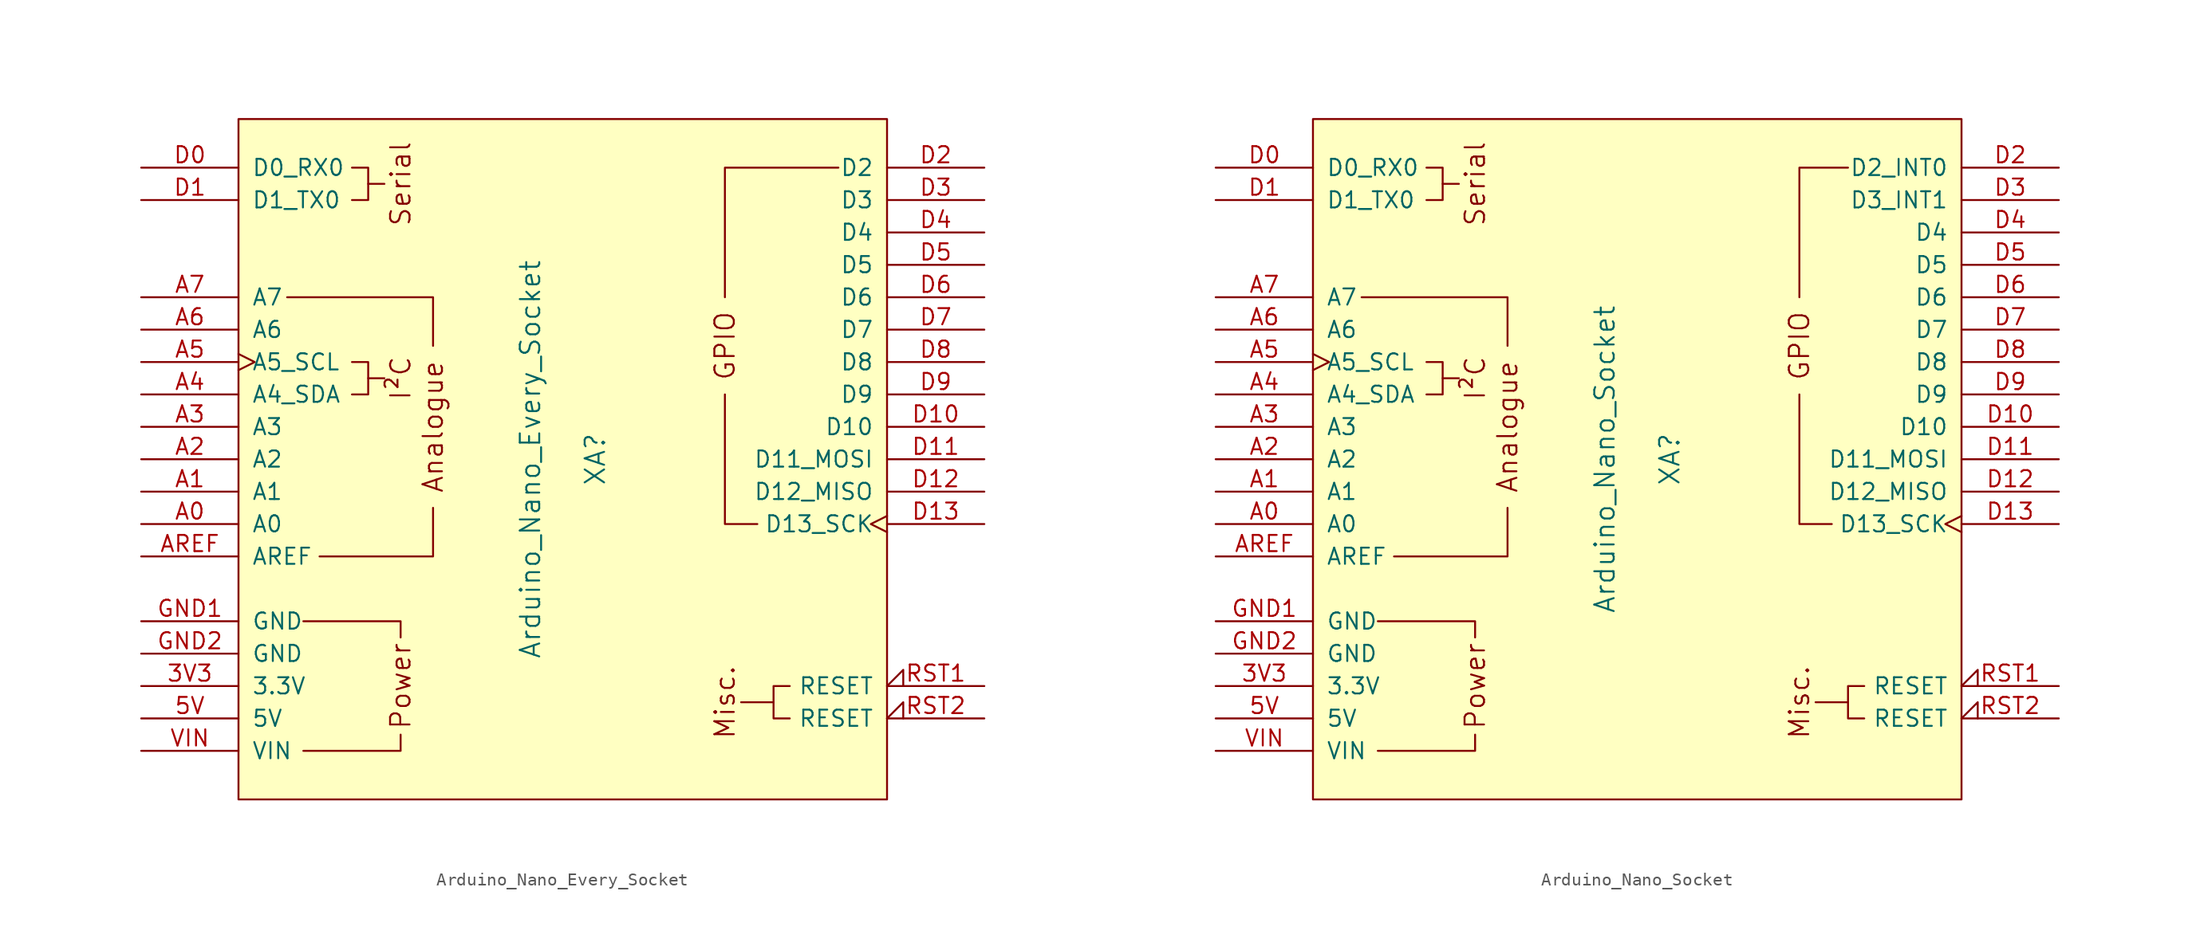
<source format=kicad_sym>
(kicad_symbol_lib
  (version 20211014)
  (generator kicad_symbol_editor)
  (symbol "Arduino_Nano_Every_Socket"
    (pin_names
      (offset 1.016))
    (property "Reference" "XA"
      (at 2.54 0 90)
      (effects (font (size 1.524 1.524))))
    (property "Value" "Arduino_Nano_Every_Socket"
      (at -2.54 0 90)
      (effects (font (size 1.524 1.524))))
    (symbol "Arduino_Nano_Every_Socket_0_0"
      (rectangle (start -25.4 26.67) (end 25.4 -26.67) (stroke (width 0) (type default) (color 0 0 0 0)) (fill (type background)))
      (polyline (pts (xy -15.24 6.35) (xy -13.97 6.35)) (stroke (width 0) (type default) (color 0 0 0 0)) (fill (type none)))
      (polyline (pts (xy -15.24 21.59) (xy -13.97 21.59)) (stroke (width 0) (type default) (color 0 0 0 0)) (fill (type none)))
      (polyline (pts (xy 16.51 -19.05) (xy 13.97 -19.05)) (stroke (width 0) (type default) (color 0 0 0 0)) (fill (type none)))
      (polyline (pts (xy -20.32 -22.86) (xy -12.7 -22.86) (xy -12.7 -21.59)) (stroke (width 0) (type default) (color 0 0 0 0)) (fill (type none)))
      (polyline (pts (xy -12.7 -13.97) (xy -12.7 -12.7) (xy -20.32 -12.7)) (stroke (width 0) (type default) (color 0 0 0 0)) (fill (type none)))
      (polyline (pts (xy -16.51 7.62) (xy -15.24 7.62) (xy -15.24 5.08) (xy -16.51 5.08)) (stroke (width 0) (type default) (color 0 0 0 0)) (fill (type none)))
      (polyline (pts (xy -16.51 22.86) (xy -15.24 22.86) (xy -15.24 20.32) (xy -16.51 20.32)) (stroke (width 0) (type default) (color 0 0 0 0)) (fill (type none)))
      (text "Analogue" (at -10.16 2.54 900) (effects (font (size 1.524 1.524))))
      (text "I²C" (at -12.7 6.35 900) (effects (font (size 1.524 1.524))))
      (text "Misc." (at 12.7 -19.05 900) (effects (font (size 1.524 1.524))))
      (text "Power" (at -12.7 -17.78 900) (effects (font (size 1.524 1.524))))
      (text "Serial" (at -12.7 21.59 900) (effects (font (size 1.524 1.524)))))
    (symbol "Arduino_Nano_Every_Socket_0_1"
      (polyline (pts (xy -21.59 12.7) (xy -10.16 12.7) (xy -10.16 8.89)) (stroke (width 0) (type default) (color 0 0 0 0)) (fill (type none)))
      (polyline (pts (xy -19.05 -7.62) (xy -10.16 -7.62) (xy -10.16 -3.81)) (stroke (width 0) (type default) (color 0 0 0 0)) (fill (type none)))
      (polyline (pts (xy 15.24 -5.08) (xy 12.7 -5.08) (xy 12.7 5.08)) (stroke (width 0) (type default) (color 0 0 0 0)) (fill (type none)))
      (polyline (pts (xy 21.59 22.86) (xy 12.7 22.86) (xy 12.7 12.7)) (stroke (width 0) (type default) (color 0 0 0 0)) (fill (type none)))
      (polyline (pts (xy 17.78 -17.78) (xy 16.51 -17.78) (xy 16.51 -20.32) (xy 17.78 -20.32)) (stroke (width 0) (type default) (color 0 0 0 0)) (fill (type none))))
    (symbol "Arduino_Nano_Every_Socket_1_0"
      (text "GPIO" (at 12.7 8.89 900) (effects (font (size 1.524 1.524)))))
    (symbol "Arduino_Nano_Every_Socket_1_1"
      (pin power_out line (at -33.02 -17.78 0) (length 7.62) (name "3.3V" (effects (font (size 1.27 1.27)))) (number "3V3" (effects (font (size 1.27 1.27)))))
      (pin power_in line (at -33.02 -20.32 0) (length 7.62) (name "5V" (effects (font (size 1.27 1.27)))) (number "5V" (effects (font (size 1.27 1.27)))))
      (pin bidirectional line (at -33.02 -5.08 0) (length 7.62) (name "A0" (effects (font (size 1.27 1.27)))) (number "A0" (effects (font (size 1.27 1.27)))))
      (pin bidirectional line (at -33.02 -2.54 0) (length 7.62) (name "A1" (effects (font (size 1.27 1.27)))) (number "A1" (effects (font (size 1.27 1.27)))))
      (pin bidirectional line (at -33.02 0 0) (length 7.62) (name "A2" (effects (font (size 1.27 1.27)))) (number "A2" (effects (font (size 1.27 1.27)))))
      (pin bidirectional line (at -33.02 2.54 0) (length 7.62) (name "A3" (effects (font (size 1.27 1.27)))) (number "A3" (effects (font (size 1.27 1.27)))))
      (pin bidirectional line (at -33.02 5.08 0) (length 7.62) (name "A4_SDA" (effects (font (size 1.27 1.27)))) (number "A4" (effects (font (size 1.27 1.27)))))
      (pin bidirectional clock (at -33.02 7.62 0) (length 7.62) (name "A5_SCL" (effects (font (size 1.27 1.27)))) (number "A5" (effects (font (size 1.27 1.27)))))
      (pin input line (at -33.02 10.16 0) (length 7.62) (name "A6" (effects (font (size 1.27 1.27)))) (number "A6" (effects (font (size 1.27 1.27)))))
      (pin input line (at -33.02 12.7 0) (length 7.62) (name "A7" (effects (font (size 1.27 1.27)))) (number "A7" (effects (font (size 1.27 1.27)))))
      (pin input line (at -33.02 -7.62 0) (length 7.62) (name "AREF" (effects (font (size 1.27 1.27)))) (number "AREF" (effects (font (size 1.27 1.27)))))
      (pin bidirectional line (at -33.02 22.86 0) (length 7.62) (name "D0_RX0" (effects (font (size 1.27 1.27)))) (number "D0" (effects (font (size 1.27 1.27)))))
      (pin bidirectional line (at -33.02 20.32 0) (length 7.62) (name "D1_TX0" (effects (font (size 1.27 1.27)))) (number "D1" (effects (font (size 1.27 1.27)))))
      (pin bidirectional line (at 33.02 2.54 180) (length 7.62) (name "D10" (effects (font (size 1.27 1.27)))) (number "D10" (effects (font (size 1.27 1.27)))))
      (pin bidirectional line (at 33.02 0 180) (length 7.62) (name "D11_MOSI" (effects (font (size 1.27 1.27)))) (number "D11" (effects (font (size 1.27 1.27)))))
      (pin bidirectional line (at 33.02 -2.54 180) (length 7.62) (name "D12_MISO" (effects (font (size 1.27 1.27)))) (number "D12" (effects (font (size 1.27 1.27)))))
      (pin bidirectional clock (at 33.02 -5.08 180) (length 7.62) (name "D13_SCK" (effects (font (size 1.27 1.27)))) (number "D13" (effects (font (size 1.27 1.27)))))
      (pin bidirectional line (at 33.02 22.86 180) (length 7.62) (name "D2" (effects (font (size 1.27 1.27)))) (number "D2" (effects (font (size 1.27 1.27)))))
      (pin bidirectional line (at 33.02 20.32 180) (length 7.62) (name "D3" (effects (font (size 1.27 1.27)))) (number "D3" (effects (font (size 1.27 1.27)))))
      (pin bidirectional line (at 33.02 17.78 180) (length 7.62) (name "D4" (effects (font (size 1.27 1.27)))) (number "D4" (effects (font (size 1.27 1.27)))))
      (pin bidirectional line (at 33.02 15.24 180) (length 7.62) (name "D5" (effects (font (size 1.27 1.27)))) (number "D5" (effects (font (size 1.27 1.27)))))
      (pin bidirectional line (at 33.02 12.7 180) (length 7.62) (name "D6" (effects (font (size 1.27 1.27)))) (number "D6" (effects (font (size 1.27 1.27)))))
      (pin bidirectional line (at 33.02 10.16 180) (length 7.62) (name "D7" (effects (font (size 1.27 1.27)))) (number "D7" (effects (font (size 1.27 1.27)))))
      (pin bidirectional line (at 33.02 7.62 180) (length 7.62) (name "D8" (effects (font (size 1.27 1.27)))) (number "D8" (effects (font (size 1.27 1.27)))))
      (pin bidirectional line (at 33.02 5.08 180) (length 7.62) (name "D9" (effects (font (size 1.27 1.27)))) (number "D9" (effects (font (size 1.27 1.27)))))
      (pin power_in line (at -33.02 -12.7 0) (length 7.62) (name "GND" (effects (font (size 1.27 1.27)))) (number "GND1" (effects (font (size 1.27 1.27)))))
      (pin power_in line (at -33.02 -15.24 0) (length 7.62) (name "GND" (effects (font (size 1.27 1.27)))) (number "GND2" (effects (font (size 1.27 1.27)))))
      (pin open_collector input_low (at 33.02 -17.78 180) (length 7.62) (name "RESET" (effects (font (size 1.27 1.27)))) (number "RST1" (effects (font (size 1.27 1.27)))))
      (pin open_collector input_low (at 33.02 -20.32 180) (length 7.62) (name "RESET" (effects (font (size 1.27 1.27)))) (number "RST2" (effects (font (size 1.27 1.27)))))
      (pin power_in line (at -33.02 -22.86 0) (length 7.62) (name "VIN" (effects (font (size 1.27 1.27)))) (number "VIN" (effects (font (size 1.27 1.27)))))))
  (symbol "Arduino_Nano_Socket"
    (pin_names
      (offset 1.016))
    (property "Reference" "XA"
      (at 2.54 0 90)
      (effects (font (size 1.524 1.524))))
    (property "Value" "Arduino_Nano_Socket"
      (at -2.54 0 90)
      (effects (font (size 1.524 1.524))))
    (symbol "Arduino_Nano_Socket_0_0"
      (rectangle (start -25.4 26.67) (end 25.4 -26.67) (stroke (width 0) (type default) (color 0 0 0 0)) (fill (type background)))
      (polyline (pts (xy -15.24 6.35) (xy -13.97 6.35)) (stroke (width 0) (type default) (color 0 0 0 0)) (fill (type none)))
      (polyline (pts (xy -15.24 21.59) (xy -13.97 21.59)) (stroke (width 0) (type default) (color 0 0 0 0)) (fill (type none)))
      (polyline (pts (xy 16.51 -19.05) (xy 13.97 -19.05)) (stroke (width 0) (type default) (color 0 0 0 0)) (fill (type none)))
      (polyline (pts (xy -20.32 -22.86) (xy -12.7 -22.86) (xy -12.7 -21.59)) (stroke (width 0) (type default) (color 0 0 0 0)) (fill (type none)))
      (polyline (pts (xy -12.7 -13.97) (xy -12.7 -12.7) (xy -20.32 -12.7)) (stroke (width 0) (type default) (color 0 0 0 0)) (fill (type none)))
      (polyline (pts (xy -16.51 7.62) (xy -15.24 7.62) (xy -15.24 5.08) (xy -16.51 5.08)) (stroke (width 0) (type default) (color 0 0 0 0)) (fill (type none)))
      (polyline (pts (xy -16.51 22.86) (xy -15.24 22.86) (xy -15.24 20.32) (xy -16.51 20.32)) (stroke (width 0) (type default) (color 0 0 0 0)) (fill (type none)))
      (text "Analogue" (at -10.16 2.54 900) (effects (font (size 1.524 1.524))))
      (text "I²C" (at -12.7 6.35 900) (effects (font (size 1.524 1.524))))
      (text "Misc." (at 12.7 -19.05 900) (effects (font (size 1.524 1.524))))
      (text "Power" (at -12.7 -17.78 900) (effects (font (size 1.524 1.524))))
      (text "Serial" (at -12.7 21.59 900) (effects (font (size 1.524 1.524)))))
    (symbol "Arduino_Nano_Socket_0_1"
      (polyline (pts (xy -21.59 12.7) (xy -10.16 12.7) (xy -10.16 8.89)) (stroke (width 0) (type default) (color 0 0 0 0)) (fill (type none)))
      (polyline (pts (xy -19.05 -7.62) (xy -10.16 -7.62) (xy -10.16 -3.81)) (stroke (width 0) (type default) (color 0 0 0 0)) (fill (type none)))
      (polyline (pts (xy 15.24 -5.08) (xy 12.7 -5.08) (xy 12.7 5.08)) (stroke (width 0) (type default) (color 0 0 0 0)) (fill (type none)))
      (polyline (pts (xy 16.51 22.86) (xy 12.7 22.86) (xy 12.7 12.7)) (stroke (width 0) (type default) (color 0 0 0 0)) (fill (type none)))
      (polyline (pts (xy 17.78 -17.78) (xy 16.51 -17.78) (xy 16.51 -20.32) (xy 17.78 -20.32)) (stroke (width 0) (type default) (color 0 0 0 0)) (fill (type none))))
    (symbol "Arduino_Nano_Socket_1_0"
      (text "GPIO" (at 12.7 8.89 900) (effects (font (size 1.524 1.524)))))
    (symbol "Arduino_Nano_Socket_1_1"
      (pin power_out line (at -33.02 -17.78 0) (length 7.62) (name "3.3V" (effects (font (size 1.27 1.27)))) (number "3V3" (effects (font (size 1.27 1.27)))))
      (pin power_in line (at -33.02 -20.32 0) (length 7.62) (name "5V" (effects (font (size 1.27 1.27)))) (number "5V" (effects (font (size 1.27 1.27)))))
      (pin bidirectional line (at -33.02 -5.08 0) (length 7.62) (name "A0" (effects (font (size 1.27 1.27)))) (number "A0" (effects (font (size 1.27 1.27)))))
      (pin bidirectional line (at -33.02 -2.54 0) (length 7.62) (name "A1" (effects (font (size 1.27 1.27)))) (number "A1" (effects (font (size 1.27 1.27)))))
      (pin bidirectional line (at -33.02 0 0) (length 7.62) (name "A2" (effects (font (size 1.27 1.27)))) (number "A2" (effects (font (size 1.27 1.27)))))
      (pin bidirectional line (at -33.02 2.54 0) (length 7.62) (name "A3" (effects (font (size 1.27 1.27)))) (number "A3" (effects (font (size 1.27 1.27)))))
      (pin bidirectional line (at -33.02 5.08 0) (length 7.62) (name "A4_SDA" (effects (font (size 1.27 1.27)))) (number "A4" (effects (font (size 1.27 1.27)))))
      (pin bidirectional clock (at -33.02 7.62 0) (length 7.62) (name "A5_SCL" (effects (font (size 1.27 1.27)))) (number "A5" (effects (font (size 1.27 1.27)))))
      (pin input line (at -33.02 10.16 0) (length 7.62) (name "A6" (effects (font (size 1.27 1.27)))) (number "A6" (effects (font (size 1.27 1.27)))))
      (pin input line (at -33.02 12.7 0) (length 7.62) (name "A7" (effects (font (size 1.27 1.27)))) (number "A7" (effects (font (size 1.27 1.27)))))
      (pin input line (at -33.02 -7.62 0) (length 7.62) (name "AREF" (effects (font (size 1.27 1.27)))) (number "AREF" (effects (font (size 1.27 1.27)))))
      (pin bidirectional line (at -33.02 22.86 0) (length 7.62) (name "D0_RX0" (effects (font (size 1.27 1.27)))) (number "D0" (effects (font (size 1.27 1.27)))))
      (pin bidirectional line (at -33.02 20.32 0) (length 7.62) (name "D1_TX0" (effects (font (size 1.27 1.27)))) (number "D1" (effects (font (size 1.27 1.27)))))
      (pin bidirectional line (at 33.02 2.54 180) (length 7.62) (name "D10" (effects (font (size 1.27 1.27)))) (number "D10" (effects (font (size 1.27 1.27)))))
      (pin bidirectional line (at 33.02 0 180) (length 7.62) (name "D11_MOSI" (effects (font (size 1.27 1.27)))) (number "D11" (effects (font (size 1.27 1.27)))))
      (pin bidirectional line (at 33.02 -2.54 180) (length 7.62) (name "D12_MISO" (effects (font (size 1.27 1.27)))) (number "D12" (effects (font (size 1.27 1.27)))))
      (pin bidirectional clock (at 33.02 -5.08 180) (length 7.62) (name "D13_SCK" (effects (font (size 1.27 1.27)))) (number "D13" (effects (font (size 1.27 1.27)))))
      (pin bidirectional line (at 33.02 22.86 180) (length 7.62) (name "D2_INT0" (effects (font (size 1.27 1.27)))) (number "D2" (effects (font (size 1.27 1.27)))))
      (pin bidirectional line (at 33.02 20.32 180) (length 7.62) (name "D3_INT1" (effects (font (size 1.27 1.27)))) (number "D3" (effects (font (size 1.27 1.27)))))
      (pin bidirectional line (at 33.02 17.78 180) (length 7.62) (name "D4" (effects (font (size 1.27 1.27)))) (number "D4" (effects (font (size 1.27 1.27)))))
      (pin bidirectional line (at 33.02 15.24 180) (length 7.62) (name "D5" (effects (font (size 1.27 1.27)))) (number "D5" (effects (font (size 1.27 1.27)))))
      (pin bidirectional line (at 33.02 12.7 180) (length 7.62) (name "D6" (effects (font (size 1.27 1.27)))) (number "D6" (effects (font (size 1.27 1.27)))))
      (pin bidirectional line (at 33.02 10.16 180) (length 7.62) (name "D7" (effects (font (size 1.27 1.27)))) (number "D7" (effects (font (size 1.27 1.27)))))
      (pin bidirectional line (at 33.02 7.62 180) (length 7.62) (name "D8" (effects (font (size 1.27 1.27)))) (number "D8" (effects (font (size 1.27 1.27)))))
      (pin bidirectional line (at 33.02 5.08 180) (length 7.62) (name "D9" (effects (font (size 1.27 1.27)))) (number "D9" (effects (font (size 1.27 1.27)))))
      (pin power_in line (at -33.02 -12.7 0) (length 7.62) (name "GND" (effects (font (size 1.27 1.27)))) (number "GND1" (effects (font (size 1.27 1.27)))))
      (pin power_in line (at -33.02 -15.24 0) (length 7.62) (name "GND" (effects (font (size 1.27 1.27)))) (number "GND2" (effects (font (size 1.27 1.27)))))
      (pin open_collector input_low (at 33.02 -17.78 180) (length 7.62) (name "RESET" (effects (font (size 1.27 1.27)))) (number "RST1" (effects (font (size 1.27 1.27)))))
      (pin open_collector input_low (at 33.02 -20.32 180) (length 7.62) (name "RESET" (effects (font (size 1.27 1.27)))) (number "RST2" (effects (font (size 1.27 1.27)))))
      (pin power_in line (at -33.02 -22.86 0) (length 7.62) (name "VIN" (effects (font (size 1.27 1.27)))) (number "VIN" (effects (font (size 1.27 1.27))))))))
</source>
